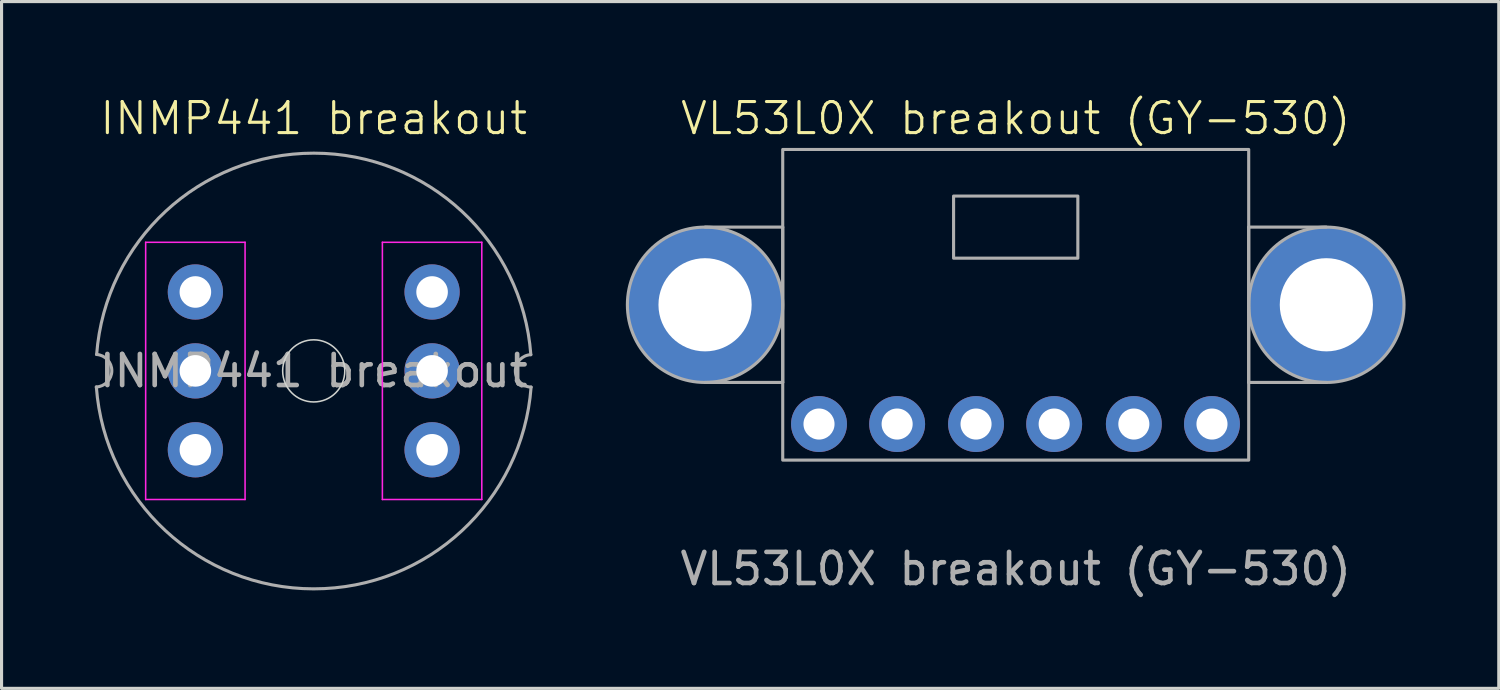
<source format=kicad_pcb>
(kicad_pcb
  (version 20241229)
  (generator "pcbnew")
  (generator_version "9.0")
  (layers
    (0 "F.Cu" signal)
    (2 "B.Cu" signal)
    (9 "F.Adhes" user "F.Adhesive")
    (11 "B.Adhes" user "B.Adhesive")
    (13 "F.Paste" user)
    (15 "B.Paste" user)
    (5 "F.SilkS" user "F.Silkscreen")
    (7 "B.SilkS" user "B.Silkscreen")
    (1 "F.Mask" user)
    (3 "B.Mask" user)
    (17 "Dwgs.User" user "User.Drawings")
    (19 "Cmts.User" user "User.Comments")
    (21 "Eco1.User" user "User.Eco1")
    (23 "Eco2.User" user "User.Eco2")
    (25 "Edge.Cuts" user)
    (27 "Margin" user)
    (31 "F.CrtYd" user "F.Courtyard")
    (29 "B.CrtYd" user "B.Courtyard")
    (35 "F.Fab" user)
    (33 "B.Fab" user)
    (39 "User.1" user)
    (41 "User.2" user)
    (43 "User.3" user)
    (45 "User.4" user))
  (footprint "INMP441 breakout"
    (layer "F.Cu")
    (at 7.049 8.889)
    (property "Reference" "INMP441 breakout" (at 0 -8.128 0) (unlocked yes) (layer "F.SilkS") (effects (font (size 1 1) (thickness 0.1))))
    (attr through_hole)
    (fp_rect (start -1.5 -1) (end 1.5 4) (stroke (width 0.1) (type default)) (fill no) (layer "Eco1.User"))
    (fp_rect (start -1 -5) (end 1 -3.75) (stroke (width 0.1) (type default)) (fill no) (layer "Eco1.User"))
    (fp_rect (start -1 -3.25) (end 1 -2) (stroke (width 0.1) (type default)) (fill no) (layer "Eco1.User"))
    (fp_circle (center 0 0) (end 1 0) (stroke (width 0.05) (type default)) (fill no) (layer "Edge.Cuts"))
    (fp_line (start -5.41 -4.14) (end -5.41 4.14) (stroke (width 0.05) (type default)) (layer "F.CrtYd"))
    (fp_line (start -5.41 4.14) (end -2.21 4.14) (stroke (width 0.05) (type default)) (layer "F.CrtYd"))
    (fp_line (start -2.21 -4.14) (end -5.41 -4.14) (stroke (width 0.05) (type default)) (layer "F.CrtYd"))
    (fp_line (start -2.21 4.14) (end -2.21 -4.14) (stroke (width 0.05) (type default)) (layer "F.CrtYd"))
    (fp_line (start 2.21 -4.14) (end 2.21 4.14) (stroke (width 0.05) (type default)) (layer "F.CrtYd"))
    (fp_line (start 2.21 4.14) (end 5.41 4.14) (stroke (width 0.05) (type default)) (layer "F.CrtYd"))
    (fp_line (start 5.41 -4.14) (end 2.21 -4.14) (stroke (width 0.05) (type default)) (layer "F.CrtYd"))
    (fp_line (start 5.41 4.14) (end 5.41 -4.14) (stroke (width 0.05) (type default)) (layer "F.CrtYd"))
    (fp_arc (start -6.988197 -0.528093) (mid -6.5 0) (end -6.998989 0.517908) (stroke (width 0.1) (type default)) (layer "F.Fab"))
    (fp_arc (start -6.988197 -0.528093) (mid 0.003193 -7.008121) (end 6.988675 -0.521725) (stroke (width 0.1) (type default)) (layer "F.Fab"))
    (fp_arc (start 6.997147 0.522022) (mid -0.002119 7.016593) (end -6.997461 0.517795) (stroke (width 0.1) (type default)) (layer "F.Fab"))
    (fp_arc (start 6.997148 0.522022) (mid 6.490429 0.004672) (end 6.987813 -0.521661) (stroke (width 0.1) (type default)) (layer "F.Fab"))
    (fp_text user "${REFERENCE}" (at 0 0 0) (unlocked yes) (layer "F.Fab") (effects (font (size 1 1) (thickness 0.15))))
    (pad "1" thru_hole circle (at 3.81 2.54) (size 1.778 1.778) (drill 1.016) (layers "*.Cu" "*.Mask"))
    (pad "2" thru_hole circle (at -3.81 2.54) (size 1.778 1.778) (drill 1.016) (layers "*.Cu" "*.Mask"))
    (pad "3" thru_hole circle (at 3.81 0) (size 1.778 1.778) (drill 1.016) (layers "*.Cu" "*.Mask"))
    (pad "4" thru_hole circle (at 3.81 -2.54) (size 1.778 1.778) (drill 1.016) (layers "*.Cu" "*.Mask"))
    (pad "6" thru_hole circle (at -3.81 -2.54) (size 1.778 1.778) (drill 1.016) (layers "*.Cu" "*.Mask"))
    (pad "7" thru_hole circle (at -3.81 0) (size 1.778 1.778) (drill 1.016) (layers "*.Cu" "*.Mask")))
  (footprint "VL53L0X breakout (GY-530)"
    (layer "F.Cu")
    (at 29.646 6.761)
    (property "Reference" "VL53L0X breakout (GY-530)" (at 0 -6 0) (unlocked yes) (layer "F.SilkS") (effects (font (size 1 1) (thickness 0.1))))
    (attr through_hole)
    (fp_line (start -10 -2.5) (end -7.5 -2.5) (stroke (width 0.1) (type default)) (layer "F.Fab"))
    (fp_line (start -7.5 -2.5) (end -7.5 2.5) (stroke (width 0.1) (type default)) (layer "F.Fab"))
    (fp_line (start -7.5 2.5) (end -10 2.5) (stroke (width 0.1) (type default)) (layer "F.Fab"))
    (fp_line (start 7.5 -2.5) (end 7.5 2.5) (stroke (width 0.1) (type default)) (layer "F.Fab"))
    (fp_line (start 7.5 2.5) (end 10 2.5) (stroke (width 0.1) (type default)) (layer "F.Fab"))
    (fp_line (start 10 -2.5) (end 7.5 -2.5) (stroke (width 0.1) (type default)) (layer "F.Fab"))
    (fp_rect (start -7.5 -5) (end 7.5 5) (stroke (width 0.1) (type default)) (fill no) (layer "F.Fab"))
    (fp_rect (start -2 -3.5) (end 2 -1.5) (stroke (width 0.1) (type default)) (fill no) (layer "F.Fab"))
    (fp_circle (center -10 0) (end -7.5 0) (stroke (width 0.1) (type default)) (fill no) (layer "F.Fab"))
    (fp_circle (center 10 0) (end 12.5 0) (stroke (width 0.1) (type default)) (fill no) (layer "F.Fab"))
    (fp_text user "${REFERENCE}" (at 0 8.5 0) (unlocked yes) (layer "F.Fab") (effects (font (size 1 1) (thickness 0.15))))
    (pad "" np_thru_hole circle (at -10 0) (size 5 5) (drill 3) (layers "*.Cu" "*.Mask"))
    (pad "" np_thru_hole circle (at 10 0) (size 5 5) (drill 3) (layers "*.Cu" "*.Mask"))
    (pad "1" thru_hole circle (at -6.332 3.839) (size 1.8 1.8) (drill 1) (layers "*.Cu" "*.Mask"))
    (pad "2" thru_hole circle (at -3.817 3.839) (size 1.8 1.8) (drill 1) (layers "*.Cu" "*.Mask"))
    (pad "5" thru_hole circle (at 6.318 3.839) (size 1.8 1.8) (drill 1) (layers "*.Cu" "*.Mask"))
    (pad "7" thru_hole circle (at 3.803 3.839) (size 1.8 1.8) (drill 1) (layers "*.Cu" "*.Mask"))
    (pad "9" thru_hole circle (at 1.238 3.839) (size 1.8 1.8) (drill 1) (layers "*.Cu" "*.Mask"))
    (pad "10" thru_hole circle (at -1.277 3.839) (size 1.8 1.8) (drill 1) (layers "*.Cu" "*.Mask")))
  (gr_rect
    (start -3 -3)
    (end 45.196 19.109)
    (stroke (width 0.1) (type default))
    (fill no)
    (layer "Edge.Cuts")))
</source>
